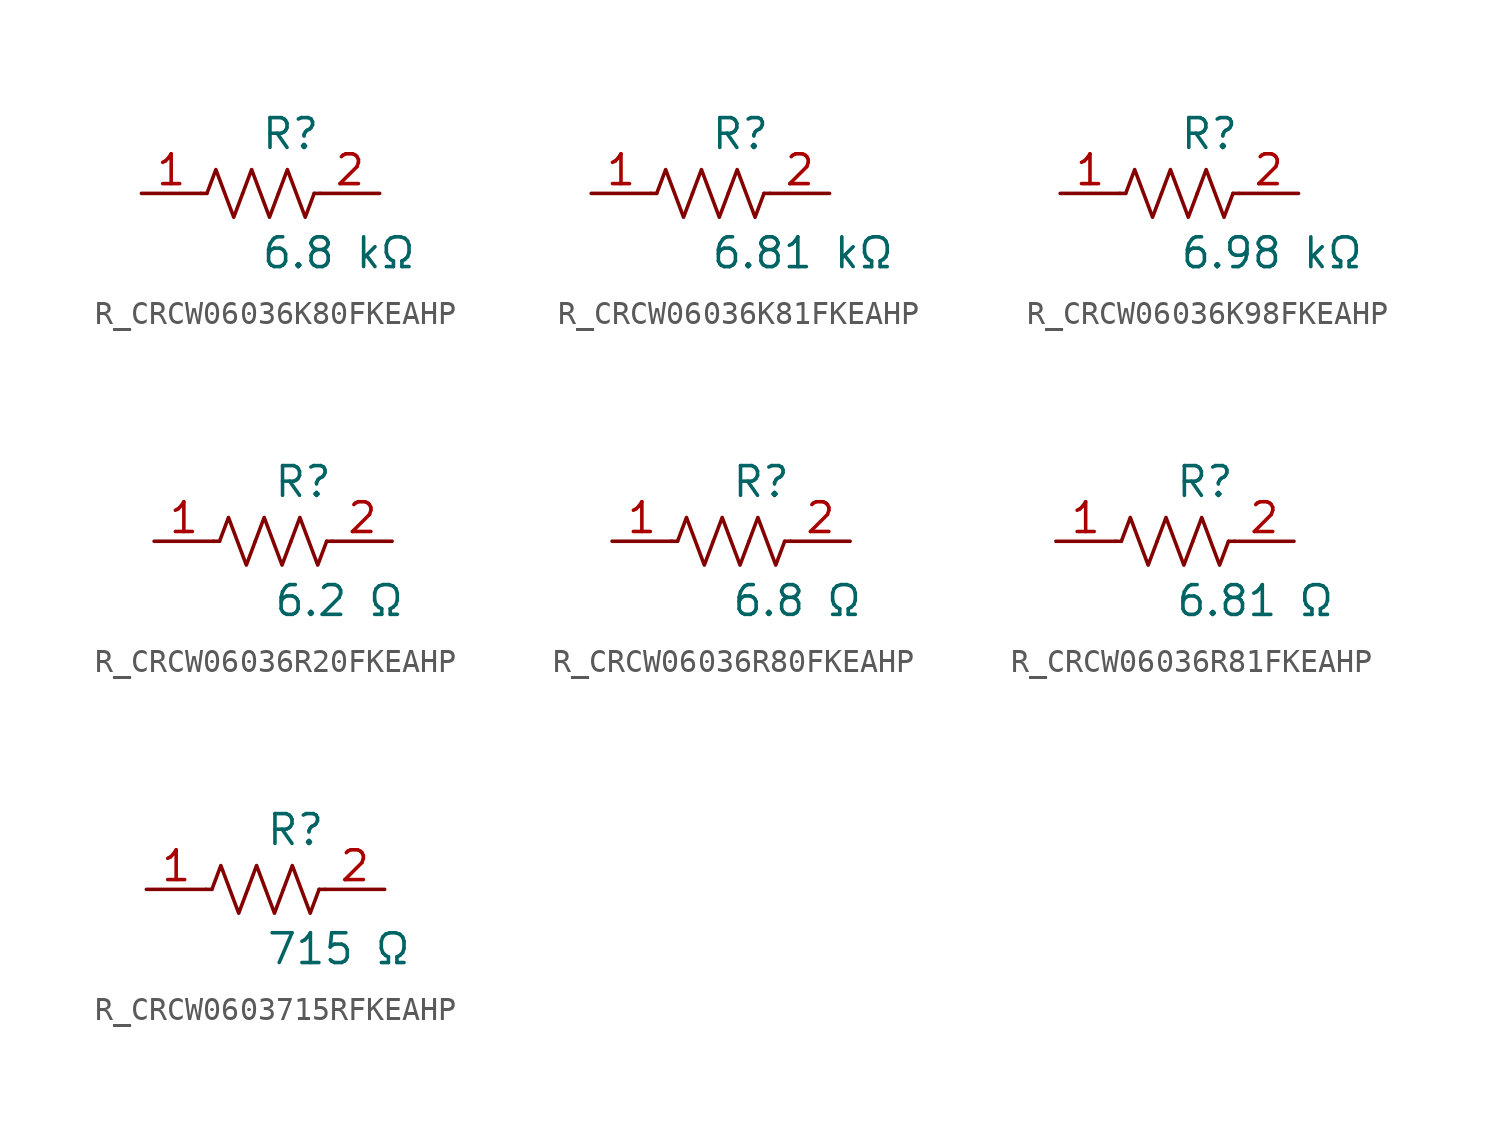
<source format=kicad_sym>
(kicad_symbol_lib
  (version 20231120)
  (generator kicad_symbol_editor)
  (generator_version 8.0)
  (symbol "R_CRCW06036K80FKEAHP"
    (pin_names
      (offset 0.254))
    (property "Reference" "R"
      (at 0.0 2.54 0)
      (effects (font (size 1.27 1.27)) (justify left)))
    (property "Value" "6.8 kΩ"
      (at 0.0 -2.54 0)
      (effects (font (size 1.27 1.27)) (justify left)))
    (symbol "R_CRCW06036K80FKEAHP_0_1"
      (polyline (pts (xy 2.286 0) (xy 2.54 0)) (stroke (width 0) (type default)) (fill (type none)))
      (polyline (pts (xy -2.286 0) (xy -2.54 0)) (stroke (width 0) (type default)) (fill (type none)))
      (polyline (pts (xy 0.762 0) (xy 1.143 1.016) (xy 1.524 0) (xy 1.905 -1.016) (xy 2.286 0)) (stroke (width 0) (type default)) (fill (type none)))
      (polyline (pts (xy -0.762 0) (xy -0.381 1.016) (xy 0 0) (xy 0.381 -1.016) (xy 0.762 0)) (stroke (width 0) (type default)) (fill (type none)))
      (polyline (pts (xy -2.286 0) (xy -1.905 1.016) (xy -1.524 0) (xy -1.143 -1.016) (xy -0.762 0)) (stroke (width 0) (type default)) (fill (type none))))
    (pin unspecified line
      (at -5.08 0 0)
      (length 2.54)
      (name "" (effects (font (size 1.27 1.27))))
      (number "1" (effects (font (size 1.27 1.27)))))
    (pin unspecified line
      (at 5.08 0 180)
      (length 2.54)
      (name "" (effects (font (size 1.27 1.27))))
      (number "2" (effects (font (size 1.27 1.27))))))
  (symbol "R_CRCW06036K81FKEAHP"
    (pin_names
      (offset 0.254))
    (property "Reference" "R"
      (at 0.0 2.54 0)
      (effects (font (size 1.27 1.27)) (justify left)))
    (property "Value" "6.81 kΩ"
      (at 0.0 -2.54 0)
      (effects (font (size 1.27 1.27)) (justify left)))
    (symbol "R_CRCW06036K81FKEAHP_0_1"
      (polyline (pts (xy 2.286 0) (xy 2.54 0)) (stroke (width 0) (type default)) (fill (type none)))
      (polyline (pts (xy -2.286 0) (xy -2.54 0)) (stroke (width 0) (type default)) (fill (type none)))
      (polyline (pts (xy 0.762 0) (xy 1.143 1.016) (xy 1.524 0) (xy 1.905 -1.016) (xy 2.286 0)) (stroke (width 0) (type default)) (fill (type none)))
      (polyline (pts (xy -0.762 0) (xy -0.381 1.016) (xy 0 0) (xy 0.381 -1.016) (xy 0.762 0)) (stroke (width 0) (type default)) (fill (type none)))
      (polyline (pts (xy -2.286 0) (xy -1.905 1.016) (xy -1.524 0) (xy -1.143 -1.016) (xy -0.762 0)) (stroke (width 0) (type default)) (fill (type none))))
    (pin unspecified line
      (at -5.08 0 0)
      (length 2.54)
      (name "" (effects (font (size 1.27 1.27))))
      (number "1" (effects (font (size 1.27 1.27)))))
    (pin unspecified line
      (at 5.08 0 180)
      (length 2.54)
      (name "" (effects (font (size 1.27 1.27))))
      (number "2" (effects (font (size 1.27 1.27))))))
  (symbol "R_CRCW06036K98FKEAHP"
    (pin_names
      (offset 0.254))
    (property "Reference" "R"
      (at 0.0 2.54 0)
      (effects (font (size 1.27 1.27)) (justify left)))
    (property "Value" "6.98 kΩ"
      (at 0.0 -2.54 0)
      (effects (font (size 1.27 1.27)) (justify left)))
    (symbol "R_CRCW06036K98FKEAHP_0_1"
      (polyline (pts (xy 2.286 0) (xy 2.54 0)) (stroke (width 0) (type default)) (fill (type none)))
      (polyline (pts (xy -2.286 0) (xy -2.54 0)) (stroke (width 0) (type default)) (fill (type none)))
      (polyline (pts (xy 0.762 0) (xy 1.143 1.016) (xy 1.524 0) (xy 1.905 -1.016) (xy 2.286 0)) (stroke (width 0) (type default)) (fill (type none)))
      (polyline (pts (xy -0.762 0) (xy -0.381 1.016) (xy 0 0) (xy 0.381 -1.016) (xy 0.762 0)) (stroke (width 0) (type default)) (fill (type none)))
      (polyline (pts (xy -2.286 0) (xy -1.905 1.016) (xy -1.524 0) (xy -1.143 -1.016) (xy -0.762 0)) (stroke (width 0) (type default)) (fill (type none))))
    (pin unspecified line
      (at -5.08 0 0)
      (length 2.54)
      (name "" (effects (font (size 1.27 1.27))))
      (number "1" (effects (font (size 1.27 1.27)))))
    (pin unspecified line
      (at 5.08 0 180)
      (length 2.54)
      (name "" (effects (font (size 1.27 1.27))))
      (number "2" (effects (font (size 1.27 1.27))))))
  (symbol "R_CRCW06036R20FKEAHP"
    (pin_names
      (offset 0.254))
    (property "Reference" "R"
      (at 0.0 2.54 0)
      (effects (font (size 1.27 1.27)) (justify left)))
    (property "Value" "6.2 Ω"
      (at 0.0 -2.54 0)
      (effects (font (size 1.27 1.27)) (justify left)))
    (symbol "R_CRCW06036R20FKEAHP_0_1"
      (polyline (pts (xy 2.286 0) (xy 2.54 0)) (stroke (width 0) (type default)) (fill (type none)))
      (polyline (pts (xy -2.286 0) (xy -2.54 0)) (stroke (width 0) (type default)) (fill (type none)))
      (polyline (pts (xy 0.762 0) (xy 1.143 1.016) (xy 1.524 0) (xy 1.905 -1.016) (xy 2.286 0)) (stroke (width 0) (type default)) (fill (type none)))
      (polyline (pts (xy -0.762 0) (xy -0.381 1.016) (xy 0 0) (xy 0.381 -1.016) (xy 0.762 0)) (stroke (width 0) (type default)) (fill (type none)))
      (polyline (pts (xy -2.286 0) (xy -1.905 1.016) (xy -1.524 0) (xy -1.143 -1.016) (xy -0.762 0)) (stroke (width 0) (type default)) (fill (type none))))
    (pin unspecified line
      (at -5.08 0 0)
      (length 2.54)
      (name "" (effects (font (size 1.27 1.27))))
      (number "1" (effects (font (size 1.27 1.27)))))
    (pin unspecified line
      (at 5.08 0 180)
      (length 2.54)
      (name "" (effects (font (size 1.27 1.27))))
      (number "2" (effects (font (size 1.27 1.27))))))
  (symbol "R_CRCW06036R80FKEAHP"
    (pin_names
      (offset 0.254))
    (property "Reference" "R"
      (at 0.0 2.54 0)
      (effects (font (size 1.27 1.27)) (justify left)))
    (property "Value" "6.8 Ω"
      (at 0.0 -2.54 0)
      (effects (font (size 1.27 1.27)) (justify left)))
    (symbol "R_CRCW06036R80FKEAHP_0_1"
      (polyline (pts (xy 2.286 0) (xy 2.54 0)) (stroke (width 0) (type default)) (fill (type none)))
      (polyline (pts (xy -2.286 0) (xy -2.54 0)) (stroke (width 0) (type default)) (fill (type none)))
      (polyline (pts (xy 0.762 0) (xy 1.143 1.016) (xy 1.524 0) (xy 1.905 -1.016) (xy 2.286 0)) (stroke (width 0) (type default)) (fill (type none)))
      (polyline (pts (xy -0.762 0) (xy -0.381 1.016) (xy 0 0) (xy 0.381 -1.016) (xy 0.762 0)) (stroke (width 0) (type default)) (fill (type none)))
      (polyline (pts (xy -2.286 0) (xy -1.905 1.016) (xy -1.524 0) (xy -1.143 -1.016) (xy -0.762 0)) (stroke (width 0) (type default)) (fill (type none))))
    (pin unspecified line
      (at -5.08 0 0)
      (length 2.54)
      (name "" (effects (font (size 1.27 1.27))))
      (number "1" (effects (font (size 1.27 1.27)))))
    (pin unspecified line
      (at 5.08 0 180)
      (length 2.54)
      (name "" (effects (font (size 1.27 1.27))))
      (number "2" (effects (font (size 1.27 1.27))))))
  (symbol "R_CRCW06036R81FKEAHP"
    (pin_names
      (offset 0.254))
    (property "Reference" "R"
      (at 0.0 2.54 0)
      (effects (font (size 1.27 1.27)) (justify left)))
    (property "Value" "6.81 Ω"
      (at 0.0 -2.54 0)
      (effects (font (size 1.27 1.27)) (justify left)))
    (symbol "R_CRCW06036R81FKEAHP_0_1"
      (polyline (pts (xy 2.286 0) (xy 2.54 0)) (stroke (width 0) (type default)) (fill (type none)))
      (polyline (pts (xy -2.286 0) (xy -2.54 0)) (stroke (width 0) (type default)) (fill (type none)))
      (polyline (pts (xy 0.762 0) (xy 1.143 1.016) (xy 1.524 0) (xy 1.905 -1.016) (xy 2.286 0)) (stroke (width 0) (type default)) (fill (type none)))
      (polyline (pts (xy -0.762 0) (xy -0.381 1.016) (xy 0 0) (xy 0.381 -1.016) (xy 0.762 0)) (stroke (width 0) (type default)) (fill (type none)))
      (polyline (pts (xy -2.286 0) (xy -1.905 1.016) (xy -1.524 0) (xy -1.143 -1.016) (xy -0.762 0)) (stroke (width 0) (type default)) (fill (type none))))
    (pin unspecified line
      (at -5.08 0 0)
      (length 2.54)
      (name "" (effects (font (size 1.27 1.27))))
      (number "1" (effects (font (size 1.27 1.27)))))
    (pin unspecified line
      (at 5.08 0 180)
      (length 2.54)
      (name "" (effects (font (size 1.27 1.27))))
      (number "2" (effects (font (size 1.27 1.27))))))
  (symbol "R_CRCW0603715RFKEAHP"
    (pin_names
      (offset 0.254))
    (property "Reference" "R"
      (at 0.0 2.54 0)
      (effects (font (size 1.27 1.27)) (justify left)))
    (property "Value" "715 Ω"
      (at 0.0 -2.54 0)
      (effects (font (size 1.27 1.27)) (justify left)))
    (symbol "R_CRCW0603715RFKEAHP_0_1"
      (polyline (pts (xy 2.286 0) (xy 2.54 0)) (stroke (width 0) (type default)) (fill (type none)))
      (polyline (pts (xy -2.286 0) (xy -2.54 0)) (stroke (width 0) (type default)) (fill (type none)))
      (polyline (pts (xy 0.762 0) (xy 1.143 1.016) (xy 1.524 0) (xy 1.905 -1.016) (xy 2.286 0)) (stroke (width 0) (type default)) (fill (type none)))
      (polyline (pts (xy -0.762 0) (xy -0.381 1.016) (xy 0 0) (xy 0.381 -1.016) (xy 0.762 0)) (stroke (width 0) (type default)) (fill (type none)))
      (polyline (pts (xy -2.286 0) (xy -1.905 1.016) (xy -1.524 0) (xy -1.143 -1.016) (xy -0.762 0)) (stroke (width 0) (type default)) (fill (type none))))
    (pin unspecified line
      (at -5.08 0 0)
      (length 2.54)
      (name "" (effects (font (size 1.27 1.27))))
      (number "1" (effects (font (size 1.27 1.27)))))
    (pin unspecified line
      (at 5.08 0 180)
      (length 2.54)
      (name "" (effects (font (size 1.27 1.27))))
      (number "2" (effects (font (size 1.27 1.27)))))))
</source>
